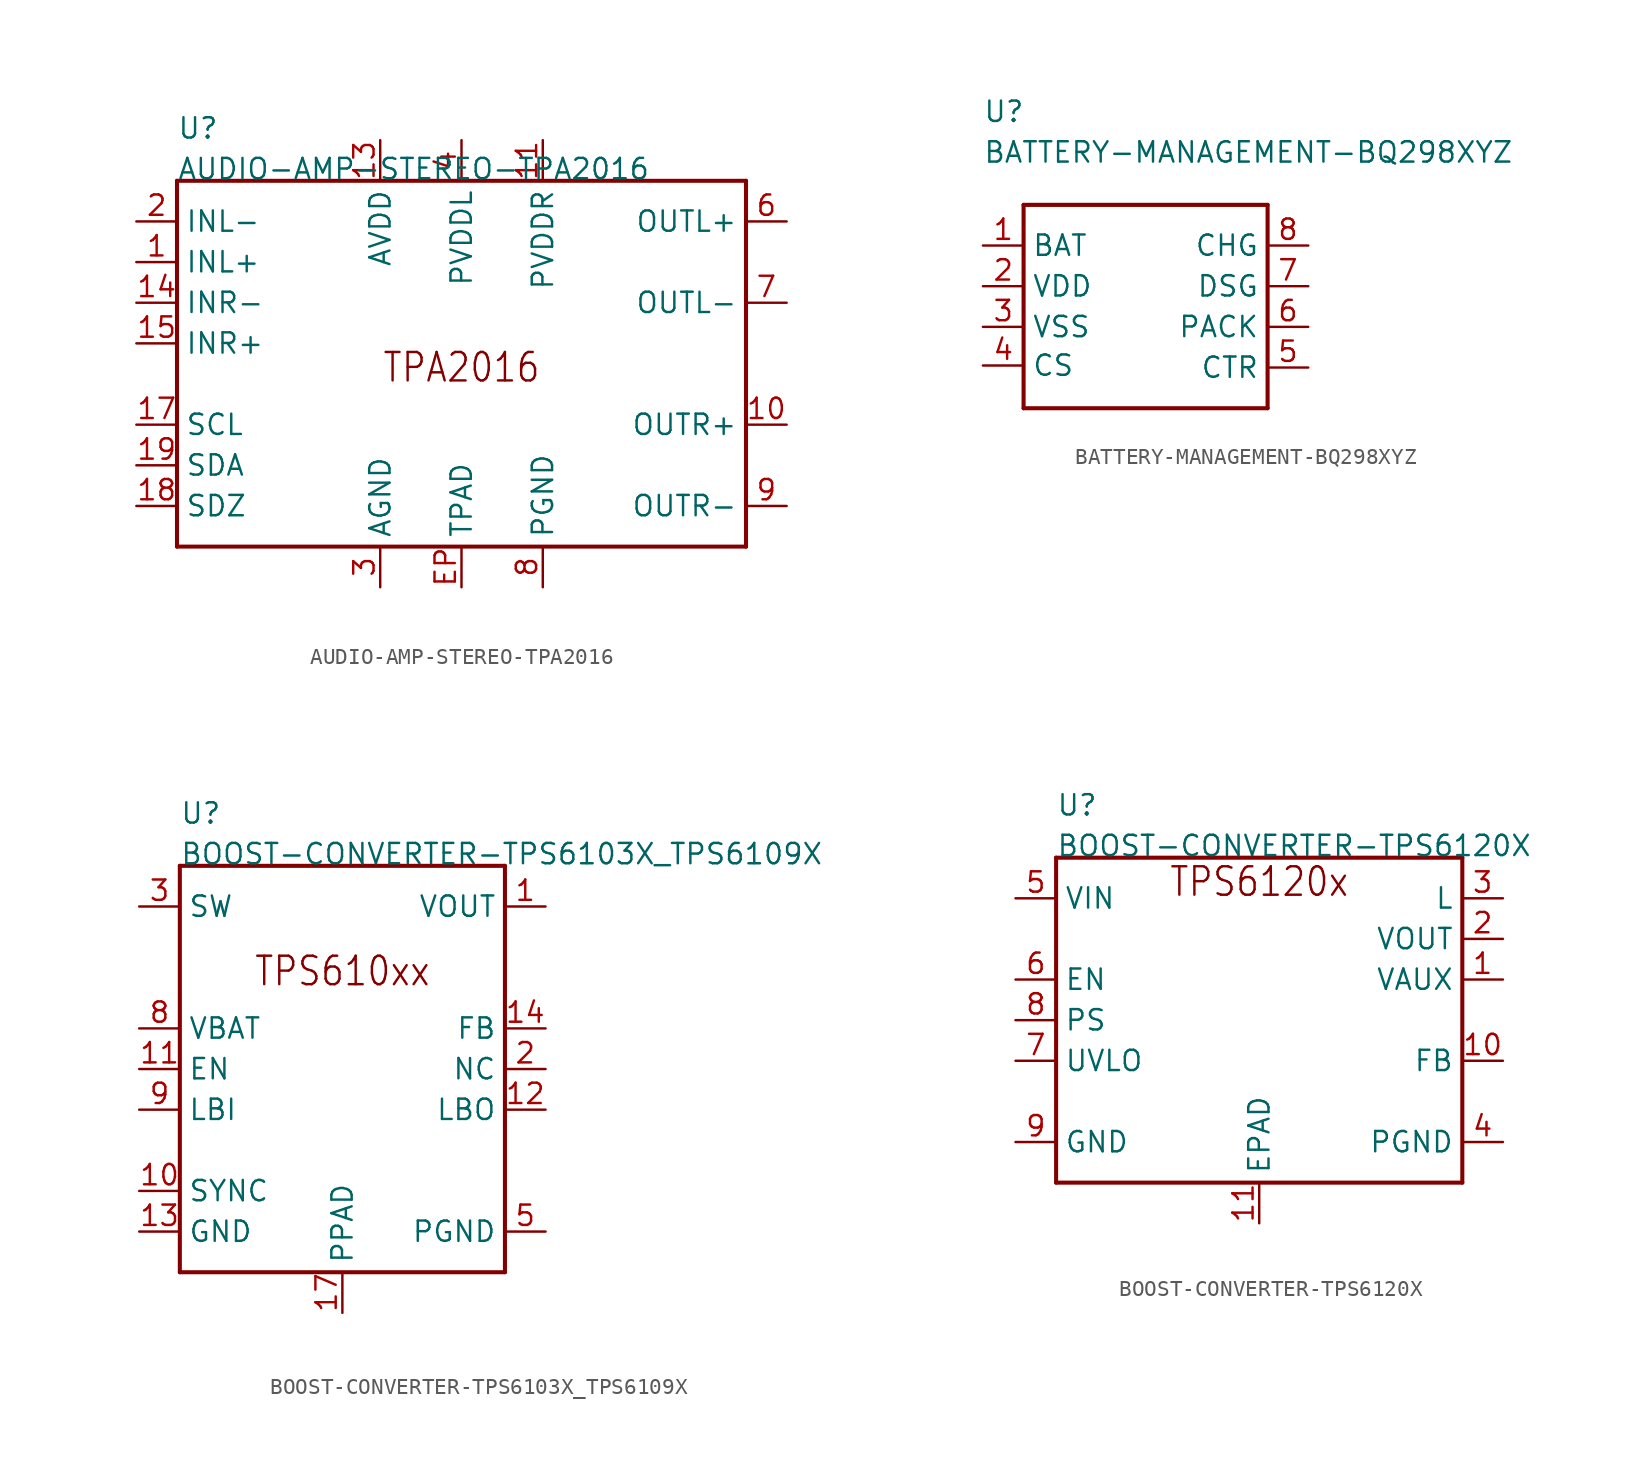
<source format=kicad_sym>
(kicad_symbol_lib
  (version 20211014)
  (generator kicad_symbol_editor)
  (symbol "AUDIO-AMP-STEREO-TPA2016"
    (pin_names)
    (property "Reference" "U"
      (at -17.78 12.7 0)
      (effects (font (size 1.27 1.27)) (justify left bottom)))
    (property "Value" "AUDIO-AMP-STEREO-TPA2016"
      (at -17.78 10.16 0)
      (effects (font (size 1.27 1.27)) (justify left bottom)))
    (property "Datasheet" ""
      (at 0 0 0))
    (property "ki_description" "TPA2016  - [DESCRIPTION]   Technical Specifications:    Amplifier IC 2-Channel (Stereo) Class D 20-QFN (4x4)   Output Type: 2-Channel (Stereo)   Max Output Power: 2.8W x2 @ 4 Ohm   Supply Voltage: 2.5V~5.5V   Features: Differential Inputs, I2C, Short-Circuit and Thermal protection, Shutdown, Volume Control       Component Search:  TPA2016   Datasheet:  TPA2016D2 2.8-W/Ch Stereo Class-D Audio Amplifier With Dynamic Range Compression and Automatic Gain Control datasheet (Rev. E)  "
      (at 0 0 0))
    (property "ki_fp_filters" "FlashPCB_ICs:20-WQFN(4X4)"
      (at 0 0 0))
    (symbol "AUDIO-AMP-STEREO-TPA2016_1_1"
      (text "TPA2016" (at 0 -2.54 0) (effects (font (size 1.778 1.52)) (justify bottom)))
      (polyline (pts (xy -17.78 10.16) (xy 17.78 10.16)) (stroke (width 0.254)) (fill (type none)))
      (polyline (pts (xy 17.78 10.16) (xy 17.78 -12.7)) (stroke (width 0.254)) (fill (type none)))
      (polyline (pts (xy 17.78 -12.7) (xy -17.78 -12.7)) (stroke (width 0.254)) (fill (type none)))
      (polyline (pts (xy -17.78 -12.7) (xy -17.78 10.16)) (stroke (width 0.254)) (fill (type none)))
      (pin bidirectional line (at -20.32 7.62 0) (length 2.54) (name "INL-" (effects (font (size 1.27 1.27)))) (number "2" (effects (font (size 1.27 1.27)))))
      (pin bidirectional line (at -20.32 5.08 0) (length 2.54) (name "INL+" (effects (font (size 1.27 1.27)))) (number "1" (effects (font (size 1.27 1.27)))))
      (pin bidirectional line (at -20.32 2.54 0) (length 2.54) (name "INR-" (effects (font (size 1.27 1.27)))) (number "14" (effects (font (size 1.27 1.27)))))
      (pin bidirectional line (at -20.32 0 0) (length 2.54) (name "INR+" (effects (font (size 1.27 1.27)))) (number "15" (effects (font (size 1.27 1.27)))))
      (pin bidirectional line (at -20.32 -5.08 0) (length 2.54) (name "SCL" (effects (font (size 1.27 1.27)))) (number "17" (effects (font (size 1.27 1.27)))))
      (pin bidirectional line (at -20.32 -7.62 0) (length 2.54) (name "SDA" (effects (font (size 1.27 1.27)))) (number "19" (effects (font (size 1.27 1.27)))))
      (pin bidirectional line (at -5.08 -15.24 90) (length 2.54) (name "AGND" (effects (font (size 1.27 1.27)))) (number "3" (effects (font (size 1.27 1.27)))))
      (pin bidirectional line (at 5.08 -15.24 90) (length 2.54) (name "PGND" (effects (font (size 1.27 1.27)))) (number "8" (effects (font (size 1.27 1.27)))))
      (pin bidirectional line (at 20.32 -10.16 180) (length 2.54) (name "OUTR-" (effects (font (size 1.27 1.27)))) (number "9" (effects (font (size 1.27 1.27)))))
      (pin bidirectional line (at 20.32 -5.08 180) (length 2.54) (name "OUTR+" (effects (font (size 1.27 1.27)))) (number "10" (effects (font (size 1.27 1.27)))))
      (pin bidirectional line (at 20.32 2.54 180) (length 2.54) (name "OUTL-" (effects (font (size 1.27 1.27)))) (number "7" (effects (font (size 1.27 1.27)))))
      (pin bidirectional line (at 20.32 7.62 180) (length 2.54) (name "OUTL+" (effects (font (size 1.27 1.27)))) (number "6" (effects (font (size 1.27 1.27)))))
      (pin bidirectional line (at -5.08 12.7 270) (length 2.54) (name "AVDD" (effects (font (size 1.27 1.27)))) (number "13" (effects (font (size 1.27 1.27)))))
      (pin bidirectional line (at 0 12.7 270) (length 2.54) (name "PVDDL" (effects (font (size 1.27 1.27)))) (number "4" (effects (font (size 1.27 1.27)))))
      (pin bidirectional line (at 0 12.7 270) (length 2.54) hide (name "PVDDL" (effects (font (size 1.27 1.27)))) (number "5" (effects (font (size 1.27 1.27)))))
      (pin bidirectional line (at 0 -15.24 90) (length 2.54) (name "TPAD" (effects (font (size 1.27 1.27)))) (number "EP" (effects (font (size 1.27 1.27)))))
      (pin bidirectional line (at 5.08 12.7 270) (length 2.54) (name "PVDDR" (effects (font (size 1.27 1.27)))) (number "11" (effects (font (size 1.27 1.27)))))
      (pin bidirectional line (at 5.08 12.7 270) (length 2.54) hide (name "PVDDR" (effects (font (size 1.27 1.27)))) (number "12" (effects (font (size 1.27 1.27)))))
      (pin bidirectional line (at -20.32 -10.16 0) (length 2.54) (name "SDZ" (effects (font (size 1.27 1.27)))) (number "18" (effects (font (size 1.27 1.27)))))))
  (symbol "BATTERY-MANAGEMENT-BQ298XYZ"
    (pin_names)
    (property "Reference" "U"
      (at -10.16 10.16 0)
      (effects (font (size 1.27 1.27)) (justify left bottom)))
    (property "Value" "BATTERY-MANAGEMENT-BQ298XYZ"
      (at -10.16 7.62 0)
      (effects (font (size 1.27 1.27)) (justify left bottom)))
    (property "Datasheet" ""
      (at 0 0 0))
    (property "ki_description" "BQ298xyz  - Battery Protection IC   Technical Specifications:    Function: Battery Protection   Battery Chemistry: Lithium Ion/Polymer   Number of Cells:1   Operating Temperature: -40°C ~ 85°C (TA)      Component Search:  BQ298xxx   Datasheet:  BQ298xyz Voltage, Current, Temperature Protectors with an Integrated High-Side NFET Driver for Fast/Flash Charging Single-Cell Li-Ion and Li-Polymer Batteries datasheet (Rev. J) "
      (at 0 0 0))
    (property "ki_fp_filters" "FlashPCB_ICs:6-XFQFN"
      (at 0 0 0))
    (symbol "BATTERY-MANAGEMENT-BQ298XYZ_1_1"
      (polyline (pts (xy -7.62 5.08) (xy -7.62 -7.62)) (stroke (width 0.254)) (fill (type none)))
      (polyline (pts (xy -7.62 -7.62) (xy 7.62 -7.62)) (stroke (width 0.254)) (fill (type none)))
      (polyline (pts (xy 7.62 -7.62) (xy 7.62 5.08)) (stroke (width 0.254)) (fill (type none)))
      (polyline (pts (xy 7.62 5.08) (xy -7.62 5.08)) (stroke (width 0.254)) (fill (type none)))
      (pin bidirectional line (at -10.16 2.54 0) (length 2.54) (name "BAT" (effects (font (size 1.27 1.27)))) (number "1" (effects (font (size 1.27 1.27)))))
      (pin bidirectional line (at -10.16 0 0) (length 2.54) (name "VDD" (effects (font (size 1.27 1.27)))) (number "2" (effects (font (size 1.27 1.27)))))
      (pin bidirectional line (at -10.16 -2.54 0) (length 2.54) (name "VSS" (effects (font (size 1.27 1.27)))) (number "3" (effects (font (size 1.27 1.27)))))
      (pin bidirectional line (at -10.16 -4.953 0) (length 2.54) (name "CS" (effects (font (size 1.27 1.27)))) (number "4" (effects (font (size 1.27 1.27)))))
      (pin bidirectional line (at 10.16 2.54 180) (length 2.54) (name "CHG" (effects (font (size 1.27 1.27)))) (number "8" (effects (font (size 1.27 1.27)))))
      (pin bidirectional line (at 10.16 0 180) (length 2.54) (name "DSG" (effects (font (size 1.27 1.27)))) (number "7" (effects (font (size 1.27 1.27)))))
      (pin bidirectional line (at 10.16 -2.54 180) (length 2.54) (name "PACK" (effects (font (size 1.27 1.27)))) (number "6" (effects (font (size 1.27 1.27)))))
      (pin bidirectional line (at 10.16 -5.08 180) (length 2.54) (name "CTR" (effects (font (size 1.27 1.27)))) (number "5" (effects (font (size 1.27 1.27)))))))
  (symbol "BOOST-CONVERTER-TPS6103X_TPS6109X"
    (pin_names)
    (property "Reference" "U"
      (at -10.16 15.24 0)
      (effects (font (size 1.27 1.27)) (justify left bottom)))
    (property "Value" "BOOST-CONVERTER-TPS6103X_TPS6109X"
      (at -10.16 12.7 0)
      (effects (font (size 1.27 1.27)) (justify left bottom)))
    (property "Datasheet" ""
      (at 0 0 0))
    (property "ki_description" "TPX6103x / TPS6109x  - IC REG BOOST ADJ 16QFN  Technical Specifications:    Boost Switching Regulator IC Positive Adjustable 1 Output 1.8V (Switch) 16-VQFN Exposed Pad   Function: Step-Up / Boost Converter   Output Configuration: Positive   Number of Outputs: 1   Input Voltage: 1.8V~5.5V   Output Voltage:1.8V~5.5V   Output Current: 2A(TPS6109x) / 3.6A(TPS6103x)   Switching Frequency: 600kHz       Component Search:  TPS6103x / TPS6109x   Datasheet:  TPS6103x 96% Efficient Synchronous Boost Converter With 4A Switch datasheet (Rev. G)  Datasheet:  TPS6109x Synchronous Boost Converter With 2-A Switch datasheet (Rev. C)   "
      (at 0 0 0))
    (property "ki_fp_filters" "FlashPCB_ICs:16-QFN(4X4)"
      (at 0 0 0))
    (symbol "BOOST-CONVERTER-TPS6103X_TPS6109X_1_1"
      (text "TPS610xx" (at 0 5.08 0) (effects (font (size 1.778 1.52)) (justify bottom)))
      (polyline (pts (xy -10.16 12.7) (xy 10.16 12.7)) (stroke (width 0.254)) (fill (type none)))
      (polyline (pts (xy 10.16 12.7) (xy 10.16 -12.7)) (stroke (width 0.254)) (fill (type none)))
      (polyline (pts (xy 10.16 -12.7) (xy -10.16 -12.7)) (stroke (width 0.254)) (fill (type none)))
      (polyline (pts (xy -10.16 -12.7) (xy -10.16 12.7)) (stroke (width 0.254)) (fill (type none)))
      (pin bidirectional line (at -12.7 10.16 0) (length 2.54) (name "SW" (effects (font (size 1.27 1.27)))) (number "3" (effects (font (size 1.27 1.27)))))
      (pin bidirectional line (at -12.7 10.16 0) (length 2.54) hide (name "SW" (effects (font (size 1.27 1.27)))) (number "4" (effects (font (size 1.27 1.27)))))
      (pin bidirectional line (at -12.7 2.54 0) (length 2.54) (name "VBAT" (effects (font (size 1.27 1.27)))) (number "8" (effects (font (size 1.27 1.27)))))
      (pin bidirectional line (at -12.7 0 0) (length 2.54) (name "EN" (effects (font (size 1.27 1.27)))) (number "11" (effects (font (size 1.27 1.27)))))
      (pin bidirectional line (at -12.7 -2.54 0) (length 2.54) (name "LBI" (effects (font (size 1.27 1.27)))) (number "9" (effects (font (size 1.27 1.27)))))
      (pin bidirectional line (at -12.7 -7.62 0) (length 2.54) (name "SYNC" (effects (font (size 1.27 1.27)))) (number "10" (effects (font (size 1.27 1.27)))))
      (pin bidirectional line (at -12.7 -10.16 0) (length 2.54) (name "GND" (effects (font (size 1.27 1.27)))) (number "13" (effects (font (size 1.27 1.27)))))
      (pin bidirectional line (at 12.7 -10.16 180) (length 2.54) (name "PGND" (effects (font (size 1.27 1.27)))) (number "5" (effects (font (size 1.27 1.27)))))
      (pin bidirectional line (at 12.7 -10.16 180) (length 2.54) hide (name "PGND" (effects (font (size 1.27 1.27)))) (number "6" (effects (font (size 1.27 1.27)))))
      (pin bidirectional line (at 12.7 -10.16 180) (length 2.54) hide (name "PGND" (effects (font (size 1.27 1.27)))) (number "7" (effects (font (size 1.27 1.27)))))
      (pin bidirectional line (at 12.7 -2.54 180) (length 2.54) (name "LBO" (effects (font (size 1.27 1.27)))) (number "12" (effects (font (size 1.27 1.27)))))
      (pin bidirectional line (at 12.7 2.54 180) (length 2.54) (name "FB" (effects (font (size 1.27 1.27)))) (number "14" (effects (font (size 1.27 1.27)))))
      (pin bidirectional line (at 12.7 10.16 180) (length 2.54) (name "VOUT" (effects (font (size 1.27 1.27)))) (number "1" (effects (font (size 1.27 1.27)))))
      (pin bidirectional line (at 12.7 10.16 180) (length 2.54) hide (name "VOUT" (effects (font (size 1.27 1.27)))) (number "15" (effects (font (size 1.27 1.27)))))
      (pin bidirectional line (at 12.7 10.16 180) (length 2.54) hide (name "VOUT" (effects (font (size 1.27 1.27)))) (number "16" (effects (font (size 1.27 1.27)))))
      (pin bidirectional line (at 0 -15.24 90) (length 2.54) (name "PPAD" (effects (font (size 1.27 1.27)))) (number "17" (effects (font (size 1.27 1.27)))))
      (pin bidirectional line (at 12.7 0 180) (length 2.54) (name "NC" (effects (font (size 1.27 1.27)))) (number "2" (effects (font (size 1.27 1.27)))))))
  (symbol "BOOST-CONVERTER-TPS6120X"
    (pin_names)
    (property "Reference" "U"
      (at -12.7 12.7 0)
      (effects (font (size 1.27 1.27)) (justify left bottom)))
    (property "Value" "BOOST-CONVERTER-TPS6120X"
      (at -12.7 10.16 0)
      (effects (font (size 1.27 1.27)) (justify left bottom)))
    (property "Datasheet" ""
      (at 0 0 0))
    (property "ki_description" "TPS6120x  - IC REG BOOST ADJ 1.2A 10VSON   Technical Specifications:    Boost Switching Regulator IC Positive Adjustable 1.8V 1 Output 1.2A (Switch) 10-VFDFN Exposed Pad   Function: Step-Up / Boost Converter, Synchronous Rectifier   Output Configuration: Positive, Adjustable   Input Voltage: 0.3V~5.5V   Output Voltage: 1.8V~5.5V   Output Current: 1.2A (Switch)   Switching Freq: 1.25MHz~1.65MHz       Component Search:  TPS6120x   Datasheet:  TPS6120x Low Input Voltage Synchronous Boost Converter With 1.3-A Switches datasheet (Rev. E)  "
      (at 0 0 0))
    (property "ki_fp_filters" "FlashPCB_ICs:10-VSON(3X3)"
      (at 0 0 0))
    (symbol "BOOST-CONVERTER-TPS6120X_1_1"
      (text "TPS6120x" (at 0 7.62 0) (effects (font (size 1.778 1.52)) (justify bottom)))
      (polyline (pts (xy -12.7 10.16) (xy 12.7 10.16)) (stroke (width 0.254)) (fill (type none)))
      (polyline (pts (xy 12.7 10.16) (xy 12.7 -10.16)) (stroke (width 0.254)) (fill (type none)))
      (polyline (pts (xy 12.7 -10.16) (xy -12.7 -10.16)) (stroke (width 0.254)) (fill (type none)))
      (polyline (pts (xy -12.7 -10.16) (xy -12.7 10.16)) (stroke (width 0.254)) (fill (type none)))
      (pin bidirectional line (at -15.24 7.62 0) (length 2.54) (name "VIN" (effects (font (size 1.27 1.27)))) (number "5" (effects (font (size 1.27 1.27)))))
      (pin bidirectional line (at -15.24 2.54 0) (length 2.54) (name "EN" (effects (font (size 1.27 1.27)))) (number "6" (effects (font (size 1.27 1.27)))))
      (pin bidirectional line (at -15.24 0 0) (length 2.54) (name "PS" (effects (font (size 1.27 1.27)))) (number "8" (effects (font (size 1.27 1.27)))))
      (pin bidirectional line (at -15.24 -2.54 0) (length 2.54) (name "UVLO" (effects (font (size 1.27 1.27)))) (number "7" (effects (font (size 1.27 1.27)))))
      (pin bidirectional line (at -15.24 -7.62 0) (length 2.54) (name "GND" (effects (font (size 1.27 1.27)))) (number "9" (effects (font (size 1.27 1.27)))))
      (pin bidirectional line (at 15.24 -7.62 180) (length 2.54) (name "PGND" (effects (font (size 1.27 1.27)))) (number "4" (effects (font (size 1.27 1.27)))))
      (pin bidirectional line (at 15.24 -2.54 180) (length 2.54) (name "FB" (effects (font (size 1.27 1.27)))) (number "10" (effects (font (size 1.27 1.27)))))
      (pin bidirectional line (at 15.24 2.54 180) (length 2.54) (name "VAUX" (effects (font (size 1.27 1.27)))) (number "1" (effects (font (size 1.27 1.27)))))
      (pin bidirectional line (at 15.24 5.08 180) (length 2.54) (name "VOUT" (effects (font (size 1.27 1.27)))) (number "2" (effects (font (size 1.27 1.27)))))
      (pin bidirectional line (at 0 -12.7 90) (length 2.54) (name "EPAD" (effects (font (size 1.27 1.27)))) (number "11" (effects (font (size 1.27 1.27)))))
      (pin bidirectional line (at 15.24 7.62 180) (length 2.54) (name "L" (effects (font (size 1.27 1.27)))) (number "3" (effects (font (size 1.27 1.27))))))))
</source>
